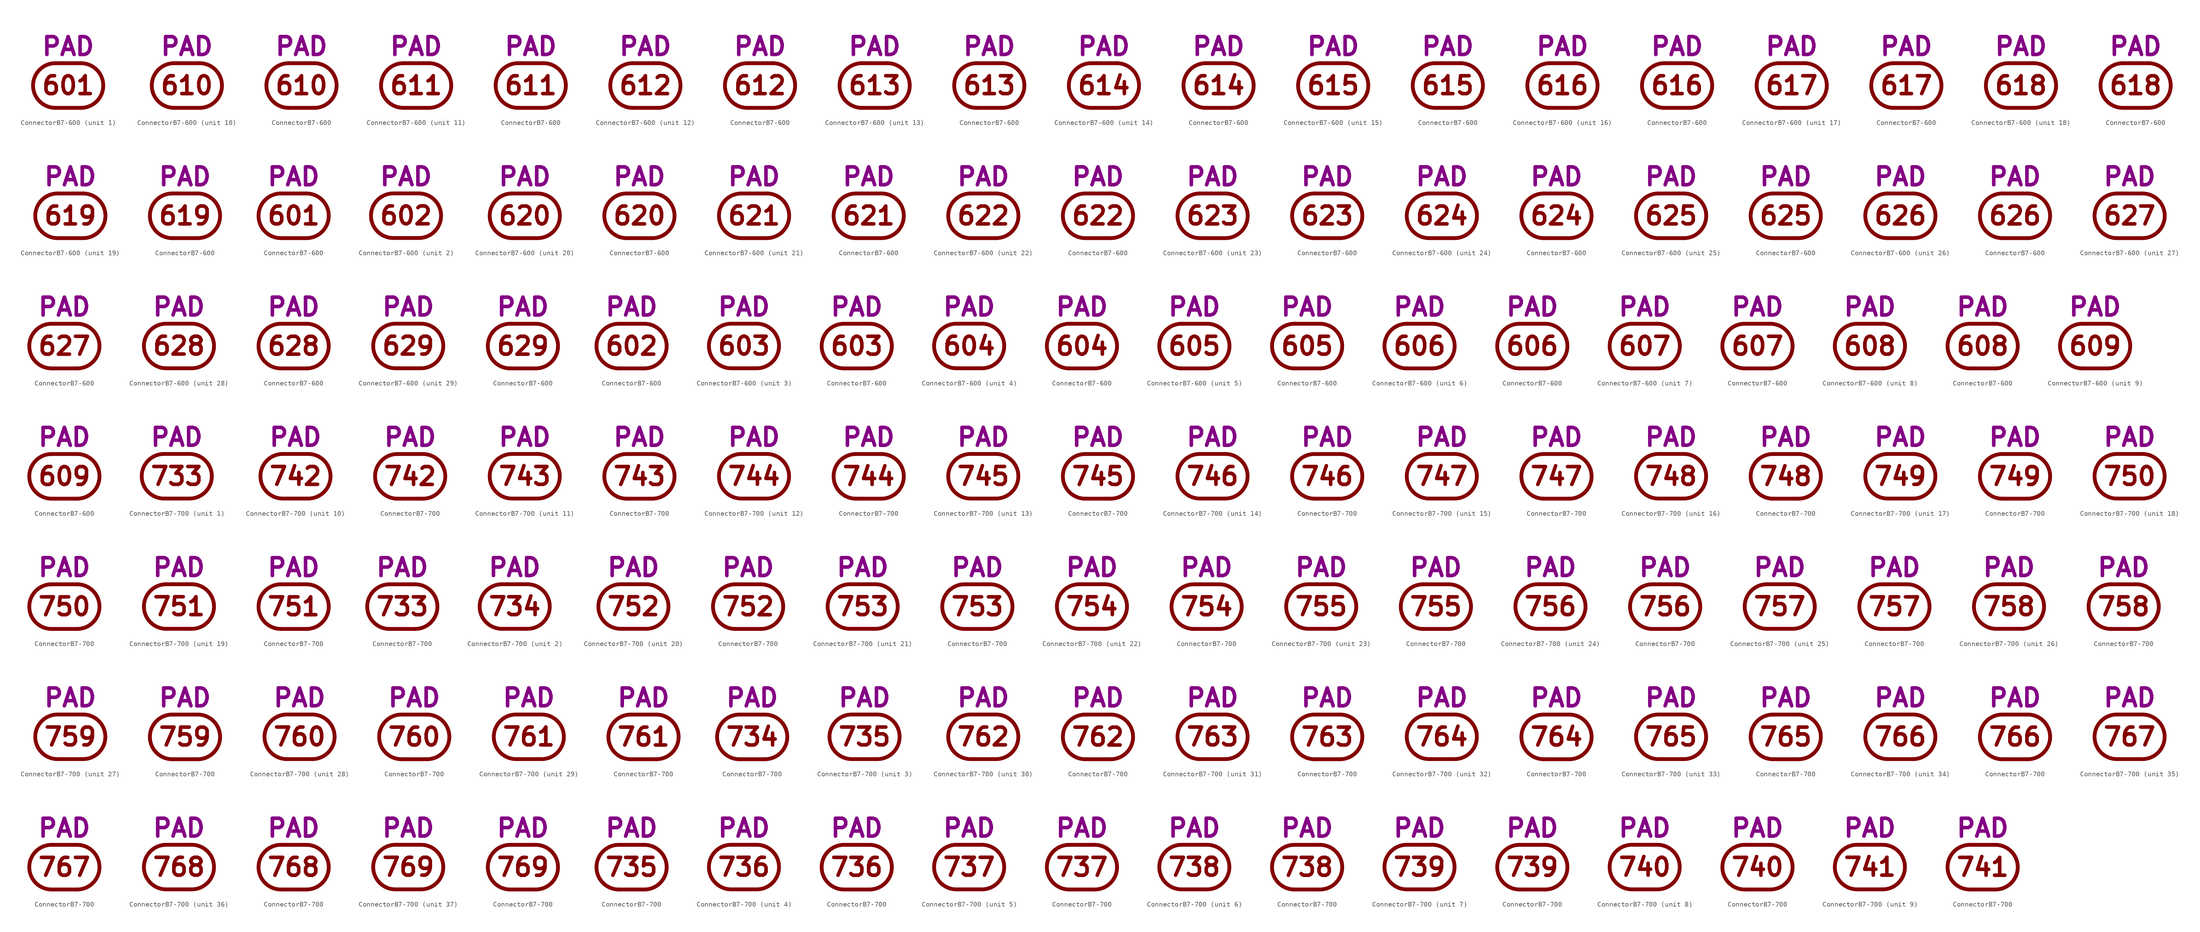
<source format=kicad_sym>
(kicad_symbol_lib
  (version 20211014)
  (generator kicad_symbol_editor)
  (symbol "ConnectorB7-600"
    (pin_numbers hide)
    (pin_names
      (offset 0) hide)
    (property "Reference" "J"
      (at 0 8.255 0)
      (effects (font (size 3.556 3.556)) hide))
    (property "Caption" "PAD"
      (at 0 5.715 0)
      (effects (font (size 3.556 3.556) bold) (justify bottom)))
    (property "ki_locked" ""
      (at 0 0 0)
      (effects (font (size 1.27 1.27))))
    (symbol "ConnectorB7-600_0_0"
      (arc (start -2.54 4.445) (mid -6.985 0) (end -2.54 -4.445) (stroke (width 0.762) (type default) (color 0 0 0 0)) (fill (type none)))
      (polyline (pts (xy -2.54 -4.445) (xy 2.54 -4.445)) (stroke (width 0.762) (type default) (color 0 0 0 0)) (fill (type none)))
      (polyline (pts (xy -2.54 4.445) (xy 2.54 4.445)) (stroke (width 0.762) (type default) (color 0 0 0 0)) (fill (type none)))
      (arc (start 2.54 -4.445) (mid 6.985 0) (end 2.54 4.445) (stroke (width 0.762) (type default) (color 0 0 0 0)) (fill (type none))))
    (symbol "ConnectorB7-600_1_0"
      (text "601" (at 0 0 0) (effects (font (size 3.556 3.556) bold))))
    (symbol "ConnectorB7-600_2_0"
      (text "602" (at 0 0 0) (effects (font (size 3.556 3.556) bold))))
    (symbol "ConnectorB7-600_2_1"
      (pin passive line (at 6.985 0 180) (length 0) (name "602" (effects (font (size 3.556 3.556)))) (number "602" (effects (font (size 3.556 3.556))))))
    (symbol "ConnectorB7-600_2_2"
      (pin passive line (at 0 4.445 270) (length 0) (name "602" (effects (font (size 3.556 3.556)))) (number "602" (effects (font (size 3.556 3.556))))))
    (symbol "ConnectorB7-600_3_0"
      (text "603" (at 0 0 0) (effects (font (size 3.556 3.556) bold))))
    (symbol "ConnectorB7-600_3_1"
      (pin passive line (at 6.985 0 180) (length 0) (name "603" (effects (font (size 3.556 3.556)))) (number "603" (effects (font (size 3.556 3.556))))))
    (symbol "ConnectorB7-600_3_2"
      (pin passive line (at 0 4.445 270) (length 0) (name "603" (effects (font (size 3.556 3.556)))) (number "603" (effects (font (size 3.556 3.556))))))
    (symbol "ConnectorB7-600_4_0"
      (text "604" (at 0 0 0) (effects (font (size 3.556 3.556) bold))))
    (symbol "ConnectorB7-600_4_1"
      (pin passive line (at 6.985 0 180) (length 0) (name "604" (effects (font (size 3.556 3.556)))) (number "604" (effects (font (size 3.556 3.556))))))
    (symbol "ConnectorB7-600_4_2"
      (pin passive line (at 0 4.445 270) (length 0) (name "604" (effects (font (size 3.556 3.556)))) (number "604" (effects (font (size 3.556 3.556))))))
    (symbol "ConnectorB7-600_5_0"
      (text "605" (at 0 0 0) (effects (font (size 3.556 3.556) bold))))
    (symbol "ConnectorB7-600_6_0"
      (text "606" (at 0 0 0) (effects (font (size 3.556 3.556) bold))))
    (symbol "ConnectorB7-600_7_0"
      (text "607" (at 0 0 0) (effects (font (size 3.556 3.556) bold))))
    (symbol "ConnectorB7-600_8_0"
      (text "608" (at 0 0 0) (effects (font (size 3.556 3.556) bold))))
    (symbol "ConnectorB7-600_9_0"
      (text "609" (at 0 0 0) (effects (font (size 3.556 3.556) bold))))
    (symbol "ConnectorB7-600_10_0"
      (text "610" (at 0 0 0) (effects (font (size 3.556 3.556) bold))))
    (symbol "ConnectorB7-600_11_0"
      (text "611" (at 0 0 0) (effects (font (size 3.556 3.556) bold))))
    (symbol "ConnectorB7-600_12_0"
      (text "612" (at 0 0 0) (effects (font (size 3.556 3.556) bold))))
    (symbol "ConnectorB7-600_13_0"
      (text "613" (at 0 0 0) (effects (font (size 3.556 3.556) bold))))
    (symbol "ConnectorB7-600_14_0"
      (text "614" (at 0 0 0) (effects (font (size 3.556 3.556) bold))))
    (symbol "ConnectorB7-600_15_0"
      (text "615" (at 0 0 0) (effects (font (size 3.556 3.556) bold))))
    (symbol "ConnectorB7-600_16_0"
      (text "616" (at 0 0 0) (effects (font (size 3.556 3.556) bold))))
    (symbol "ConnectorB7-600_17_0"
      (text "617" (at 0 0 0) (effects (font (size 3.556 3.556) bold))))
    (symbol "ConnectorB7-600_18_0"
      (text "618" (at 0 0 0) (effects (font (size 3.556 3.556) bold))))
    (symbol "ConnectorB7-600_19_0"
      (text "619" (at 0 0 0) (effects (font (size 3.556 3.556) bold))))
    (symbol "ConnectorB7-600_20_0"
      (text "620" (at 0 0 0) (effects (font (size 3.556 3.556) bold))))
    (symbol "ConnectorB7-600_21_0"
      (text "621" (at 0 0 0) (effects (font (size 3.556 3.556) bold))))
    (symbol "ConnectorB7-600_22_0"
      (text "622" (at 0 0 0) (effects (font (size 3.556 3.556) bold))))
    (symbol "ConnectorB7-600_23_0"
      (text "623" (at 0 0 0) (effects (font (size 3.556 3.556) bold))))
    (symbol "ConnectorB7-600_24_0"
      (text "624" (at 0 0 0) (effects (font (size 3.556 3.556) bold))))
    (symbol "ConnectorB7-600_25_0"
      (text "625" (at 0 0 0) (effects (font (size 3.556 3.556) bold))))
    (symbol "ConnectorB7-600_26_0"
      (text "626" (at 0 0 0) (effects (font (size 3.556 3.556) bold))))
    (symbol "ConnectorB7-600_27_0"
      (text "627" (at 0 0 0) (effects (font (size 3.556 3.556) bold))))
    (symbol "ConnectorB7-600_28_0"
      (text "628" (at 0 0 0) (effects (font (size 3.556 3.556) bold))))
    (symbol "ConnectorB7-600_28_1"
      (pin passive line (at 6.985 0 180) (length 0) (name "628" (effects (font (size 3.556 3.556)))) (number "628" (effects (font (size 3.556 3.556))))))
    (symbol "ConnectorB7-600_28_2"
      (pin passive line (at 0 4.445 270) (length 0) (name "628" (effects (font (size 3.556 3.556)))) (number "628" (effects (font (size 3.556 3.556))))))
    (symbol "ConnectorB7-600_29_0"
      (text "629" (at 0 0 0) (effects (font (size 3.556 3.556) bold))))
    (symbol "ConnectorB7-600_29_1"
      (pin passive line (at 6.985 0 180) (length 0) (name "629" (effects (font (size 3.556 3.556)))) (number "629" (effects (font (size 3.556 3.556))))))
    (symbol "ConnectorB7-600_29_2"
      (pin passive line (at 0 4.445 270) (length 0) (name "629" (effects (font (size 3.556 3.556)))) (number "629" (effects (font (size 3.556 3.556)))))))
  (symbol "ConnectorB7-700"
    (pin_numbers hide)
    (pin_names
      (offset 0) hide)
    (property "Reference" "J"
      (at 0 8.255 0)
      (effects (font (size 3.556 3.556)) hide))
    (property "Caption" "PAD"
      (at 0 5.715 0)
      (effects (font (size 3.556 3.556) bold) (justify bottom)))
    (property "ki_locked" ""
      (at 0 0 0)
      (effects (font (size 1.27 1.27))))
    (symbol "ConnectorB7-700_0_0"
      (arc (start -2.54 4.445) (mid -6.985 0) (end -2.54 -4.445) (stroke (width 0.762) (type default) (color 0 0 0 0)) (fill (type none)))
      (polyline (pts (xy -2.54 -4.445) (xy 2.54 -4.445)) (stroke (width 0.762) (type default) (color 0 0 0 0)) (fill (type none)))
      (polyline (pts (xy -2.54 4.445) (xy 2.54 4.445)) (stroke (width 0.762) (type default) (color 0 0 0 0)) (fill (type none)))
      (arc (start 2.54 -4.445) (mid 6.985 0) (end 2.54 4.445) (stroke (width 0.762) (type default) (color 0 0 0 0)) (fill (type none))))
    (symbol "ConnectorB7-700_1_0"
      (text "733" (at 0 0 0) (effects (font (size 3.556 3.556) bold))))
    (symbol "ConnectorB7-700_1_1"
      (pin passive line (at 6.985 0 180) (length 0) (name "733" (effects (font (size 3.556 3.556)))) (number "733" (effects (font (size 3.556 3.556))))))
    (symbol "ConnectorB7-700_1_2"
      (pin passive line (at 0 4.445 270) (length 0) (name "733" (effects (font (size 3.556 3.556)))) (number "733" (effects (font (size 3.556 3.556))))))
    (symbol "ConnectorB7-700_2_0"
      (text "734" (at 0 0 0) (effects (font (size 3.556 3.556) bold))))
    (symbol "ConnectorB7-700_2_1"
      (pin passive line (at 6.985 0 180) (length 0) (name "734" (effects (font (size 3.556 3.556)))) (number "734" (effects (font (size 3.556 3.556))))))
    (symbol "ConnectorB7-700_2_2"
      (pin passive line (at 0 4.445 270) (length 0) (name "734" (effects (font (size 3.556 3.556)))) (number "734" (effects (font (size 3.556 3.556))))))
    (symbol "ConnectorB7-700_3_0"
      (text "735" (at 0 0 0) (effects (font (size 3.556 3.556) bold))))
    (symbol "ConnectorB7-700_3_1"
      (pin passive line (at 6.985 0 180) (length 0) (name "735" (effects (font (size 3.556 3.556)))) (number "735" (effects (font (size 3.556 3.556))))))
    (symbol "ConnectorB7-700_3_2"
      (pin passive line (at 0 4.445 270) (length 0) (name "735" (effects (font (size 3.556 3.556)))) (number "735" (effects (font (size 3.556 3.556))))))
    (symbol "ConnectorB7-700_4_0"
      (text "736" (at 0 0 0) (effects (font (size 3.556 3.556) bold))))
    (symbol "ConnectorB7-700_4_1"
      (pin passive line (at 6.985 0 180) (length 0) (name "736" (effects (font (size 3.556 3.556)))) (number "736" (effects (font (size 3.556 3.556))))))
    (symbol "ConnectorB7-700_4_2"
      (pin passive line (at 0 4.445 270) (length 0) (name "736" (effects (font (size 3.556 3.556)))) (number "736" (effects (font (size 3.556 3.556))))))
    (symbol "ConnectorB7-700_5_0"
      (text "737" (at 0 0 0) (effects (font (size 3.556 3.556) bold))))
    (symbol "ConnectorB7-700_5_1"
      (pin passive line (at 6.985 0 180) (length 0) (name "737" (effects (font (size 3.556 3.556)))) (number "737" (effects (font (size 3.556 3.556))))))
    (symbol "ConnectorB7-700_5_2"
      (pin passive line (at 0 4.445 270) (length 0) (name "737" (effects (font (size 3.556 3.556)))) (number "737" (effects (font (size 3.556 3.556))))))
    (symbol "ConnectorB7-700_6_0"
      (text "738" (at 0 0 0) (effects (font (size 3.556 3.556) bold))))
    (symbol "ConnectorB7-700_6_1"
      (pin passive line (at 6.985 0 180) (length 0) (name "738" (effects (font (size 3.556 3.556)))) (number "738" (effects (font (size 3.556 3.556))))))
    (symbol "ConnectorB7-700_6_2"
      (pin passive line (at 0 4.445 270) (length 0) (name "738" (effects (font (size 3.556 3.556)))) (number "738" (effects (font (size 3.556 3.556))))))
    (symbol "ConnectorB7-700_7_0"
      (text "739" (at 0 0 0) (effects (font (size 3.556 3.556) bold))))
    (symbol "ConnectorB7-700_7_1"
      (pin passive line (at 6.985 0 180) (length 0) (name "739" (effects (font (size 3.556 3.556)))) (number "739" (effects (font (size 3.556 3.556))))))
    (symbol "ConnectorB7-700_7_2"
      (pin passive line (at 0 4.445 270) (length 0) (name "739" (effects (font (size 3.556 3.556)))) (number "739" (effects (font (size 3.556 3.556))))))
    (symbol "ConnectorB7-700_8_0"
      (text "740" (at 0 0 0) (effects (font (size 3.556 3.556) bold))))
    (symbol "ConnectorB7-700_8_1"
      (pin passive line (at 6.985 0 180) (length 0) (name "740" (effects (font (size 3.556 3.556)))) (number "740" (effects (font (size 3.556 3.556))))))
    (symbol "ConnectorB7-700_8_2"
      (pin passive line (at 0 4.445 270) (length 0) (name "740" (effects (font (size 3.556 3.556)))) (number "740" (effects (font (size 3.556 3.556))))))
    (symbol "ConnectorB7-700_9_0"
      (text "741" (at 0 0 0) (effects (font (size 3.556 3.556) bold))))
    (symbol "ConnectorB7-700_9_1"
      (pin passive line (at 6.985 0 180) (length 0) (name "741" (effects (font (size 3.556 3.556)))) (number "741" (effects (font (size 3.556 3.556))))))
    (symbol "ConnectorB7-700_9_2"
      (pin passive line (at 0 4.445 270) (length 0) (name "741" (effects (font (size 3.556 3.556)))) (number "741" (effects (font (size 3.556 3.556))))))
    (symbol "ConnectorB7-700_10_0"
      (text "742" (at 0 0 0) (effects (font (size 3.556 3.556) bold))))
    (symbol "ConnectorB7-700_10_1"
      (pin passive line (at 6.985 0 180) (length 0) (name "742" (effects (font (size 3.556 3.556)))) (number "742" (effects (font (size 3.556 3.556))))))
    (symbol "ConnectorB7-700_10_2"
      (pin passive line (at 0 4.445 270) (length 0) (name "742" (effects (font (size 3.556 3.556)))) (number "742" (effects (font (size 3.556 3.556))))))
    (symbol "ConnectorB7-700_11_0"
      (text "743" (at 0 0 0) (effects (font (size 3.556 3.556) bold))))
    (symbol "ConnectorB7-700_11_1"
      (pin passive line (at 6.985 0 180) (length 0) (name "743" (effects (font (size 3.556 3.556)))) (number "743" (effects (font (size 3.556 3.556))))))
    (symbol "ConnectorB7-700_11_2"
      (pin passive line (at 0 4.445 270) (length 0) (name "743" (effects (font (size 3.556 3.556)))) (number "743" (effects (font (size 3.556 3.556))))))
    (symbol "ConnectorB7-700_12_0"
      (text "744" (at 0 0 0) (effects (font (size 3.556 3.556) bold))))
    (symbol "ConnectorB7-700_12_1"
      (pin passive line (at 6.985 0 180) (length 0) (name "744" (effects (font (size 3.556 3.556)))) (number "744" (effects (font (size 3.556 3.556))))))
    (symbol "ConnectorB7-700_12_2"
      (pin passive line (at 0 4.445 270) (length 0) (name "744" (effects (font (size 3.556 3.556)))) (number "744" (effects (font (size 3.556 3.556))))))
    (symbol "ConnectorB7-700_13_0"
      (text "745" (at 0 0 0) (effects (font (size 3.556 3.556) bold))))
    (symbol "ConnectorB7-700_13_1"
      (pin passive line (at 6.985 0 180) (length 0) (name "745" (effects (font (size 3.556 3.556)))) (number "745" (effects (font (size 3.556 3.556))))))
    (symbol "ConnectorB7-700_13_2"
      (pin passive line (at 0 4.445 270) (length 0) (name "745" (effects (font (size 3.556 3.556)))) (number "745" (effects (font (size 3.556 3.556))))))
    (symbol "ConnectorB7-700_14_0"
      (text "746" (at 0 0 0) (effects (font (size 3.556 3.556) bold))))
    (symbol "ConnectorB7-700_14_1"
      (pin passive line (at 6.985 0 180) (length 0) (name "746" (effects (font (size 3.556 3.556)))) (number "746" (effects (font (size 3.556 3.556))))))
    (symbol "ConnectorB7-700_14_2"
      (pin passive line (at 0 4.445 270) (length 0) (name "746" (effects (font (size 3.556 3.556)))) (number "746" (effects (font (size 3.556 3.556))))))
    (symbol "ConnectorB7-700_15_0"
      (text "747" (at 0 0 0) (effects (font (size 3.556 3.556) bold))))
    (symbol "ConnectorB7-700_15_1"
      (pin passive line (at 6.985 0 180) (length 0) (name "747" (effects (font (size 3.556 3.556)))) (number "747" (effects (font (size 3.556 3.556))))))
    (symbol "ConnectorB7-700_15_2"
      (pin passive line (at 0 4.445 270) (length 0) (name "747" (effects (font (size 3.556 3.556)))) (number "747" (effects (font (size 3.556 3.556))))))
    (symbol "ConnectorB7-700_16_0"
      (text "748" (at 0 0 0) (effects (font (size 3.556 3.556) bold))))
    (symbol "ConnectorB7-700_16_1"
      (pin passive line (at 6.985 0 180) (length 0) (name "748" (effects (font (size 3.556 3.556)))) (number "748" (effects (font (size 3.556 3.556))))))
    (symbol "ConnectorB7-700_16_2"
      (pin passive line (at 0 4.445 270) (length 0) (name "748" (effects (font (size 3.556 3.556)))) (number "748" (effects (font (size 3.556 3.556))))))
    (symbol "ConnectorB7-700_17_0"
      (text "749" (at 0 0 0) (effects (font (size 3.556 3.556) bold))))
    (symbol "ConnectorB7-700_17_1"
      (pin passive line (at 6.985 0 180) (length 0) (name "749" (effects (font (size 3.556 3.556)))) (number "749" (effects (font (size 3.556 3.556))))))
    (symbol "ConnectorB7-700_17_2"
      (pin passive line (at 0 4.445 270) (length 0) (name "749" (effects (font (size 3.556 3.556)))) (number "749" (effects (font (size 3.556 3.556))))))
    (symbol "ConnectorB7-700_18_0"
      (text "750" (at 0 0 0) (effects (font (size 3.556 3.556) bold))))
    (symbol "ConnectorB7-700_18_1"
      (pin passive line (at 6.985 0 180) (length 0) (name "750" (effects (font (size 3.556 3.556)))) (number "750" (effects (font (size 3.556 3.556))))))
    (symbol "ConnectorB7-700_18_2"
      (pin passive line (at 0 4.445 270) (length 0) (name "750" (effects (font (size 3.556 3.556)))) (number "750" (effects (font (size 3.556 3.556))))))
    (symbol "ConnectorB7-700_19_0"
      (text "751" (at 0 0 0) (effects (font (size 3.556 3.556) bold))))
    (symbol "ConnectorB7-700_19_1"
      (pin passive line (at 6.985 0 180) (length 0) (name "751" (effects (font (size 3.556 3.556)))) (number "751" (effects (font (size 3.556 3.556))))))
    (symbol "ConnectorB7-700_19_2"
      (pin passive line (at 0 4.445 270) (length 0) (name "751" (effects (font (size 3.556 3.556)))) (number "751" (effects (font (size 3.556 3.556))))))
    (symbol "ConnectorB7-700_20_0"
      (text "752" (at 0 0 0) (effects (font (size 3.556 3.556) bold))))
    (symbol "ConnectorB7-700_20_1"
      (pin passive line (at 6.985 0 180) (length 0) (name "752" (effects (font (size 3.556 3.556)))) (number "752" (effects (font (size 3.556 3.556))))))
    (symbol "ConnectorB7-700_20_2"
      (pin passive line (at 0 4.445 270) (length 0) (name "752" (effects (font (size 3.556 3.556)))) (number "752" (effects (font (size 3.556 3.556))))))
    (symbol "ConnectorB7-700_21_0"
      (text "753" (at 0 0 0) (effects (font (size 3.556 3.556) bold))))
    (symbol "ConnectorB7-700_21_1"
      (pin passive line (at 6.985 0 180) (length 0) (name "753" (effects (font (size 3.556 3.556)))) (number "753" (effects (font (size 3.556 3.556))))))
    (symbol "ConnectorB7-700_21_2"
      (pin passive line (at 0 4.445 270) (length 0) (name "753" (effects (font (size 3.556 3.556)))) (number "753" (effects (font (size 3.556 3.556))))))
    (symbol "ConnectorB7-700_22_0"
      (text "754" (at 0 0 0) (effects (font (size 3.556 3.556) bold))))
    (symbol "ConnectorB7-700_22_1"
      (pin passive line (at 6.985 0 180) (length 0) (name "754" (effects (font (size 3.556 3.556)))) (number "754" (effects (font (size 3.556 3.556))))))
    (symbol "ConnectorB7-700_22_2"
      (pin passive line (at 0 4.445 270) (length 0) (name "754" (effects (font (size 3.556 3.556)))) (number "754" (effects (font (size 3.556 3.556))))))
    (symbol "ConnectorB7-700_23_0"
      (text "755" (at 0 0 0) (effects (font (size 3.556 3.556) bold))))
    (symbol "ConnectorB7-700_23_1"
      (pin passive line (at 6.985 0 180) (length 0) (name "755" (effects (font (size 3.556 3.556)))) (number "755" (effects (font (size 3.556 3.556))))))
    (symbol "ConnectorB7-700_23_2"
      (pin passive line (at 0 4.445 270) (length 0) (name "755" (effects (font (size 3.556 3.556)))) (number "755" (effects (font (size 3.556 3.556))))))
    (symbol "ConnectorB7-700_24_0"
      (text "756" (at 0 0 0) (effects (font (size 3.556 3.556) bold))))
    (symbol "ConnectorB7-700_24_1"
      (pin passive line (at 6.985 0 180) (length 0) (name "756" (effects (font (size 3.556 3.556)))) (number "756" (effects (font (size 3.556 3.556))))))
    (symbol "ConnectorB7-700_24_2"
      (pin passive line (at 0 4.445 270) (length 0) (name "756" (effects (font (size 3.556 3.556)))) (number "756" (effects (font (size 3.556 3.556))))))
    (symbol "ConnectorB7-700_25_0"
      (text "757" (at 0 0 0) (effects (font (size 3.556 3.556) bold))))
    (symbol "ConnectorB7-700_25_1"
      (pin passive line (at 6.985 0 180) (length 0) (name "757" (effects (font (size 3.556 3.556)))) (number "757" (effects (font (size 3.556 3.556))))))
    (symbol "ConnectorB7-700_25_2"
      (pin passive line (at 0 4.445 270) (length 0) (name "757" (effects (font (size 3.556 3.556)))) (number "757" (effects (font (size 3.556 3.556))))))
    (symbol "ConnectorB7-700_26_0"
      (text "758" (at 0 0 0) (effects (font (size 3.556 3.556) bold))))
    (symbol "ConnectorB7-700_26_1"
      (pin passive line (at 6.985 0 180) (length 0) (name "758" (effects (font (size 3.556 3.556)))) (number "758" (effects (font (size 3.556 3.556))))))
    (symbol "ConnectorB7-700_26_2"
      (pin passive line (at 0 4.445 270) (length 0) (name "758" (effects (font (size 3.556 3.556)))) (number "758" (effects (font (size 3.556 3.556))))))
    (symbol "ConnectorB7-700_27_0"
      (text "759" (at 0 0 0) (effects (font (size 3.556 3.556) bold))))
    (symbol "ConnectorB7-700_27_1"
      (pin passive line (at 6.985 0 180) (length 0) (name "759" (effects (font (size 3.556 3.556)))) (number "759" (effects (font (size 3.556 3.556))))))
    (symbol "ConnectorB7-700_27_2"
      (pin passive line (at 0 4.445 270) (length 0) (name "759" (effects (font (size 3.556 3.556)))) (number "759" (effects (font (size 3.556 3.556))))))
    (symbol "ConnectorB7-700_28_0"
      (text "760" (at 0 0 0) (effects (font (size 3.556 3.556) bold))))
    (symbol "ConnectorB7-700_28_1"
      (pin passive line (at 6.985 0 180) (length 0) (name "760" (effects (font (size 3.556 3.556)))) (number "760" (effects (font (size 3.556 3.556))))))
    (symbol "ConnectorB7-700_28_2"
      (pin passive line (at 0 4.445 270) (length 0) (name "760" (effects (font (size 3.556 3.556)))) (number "760" (effects (font (size 3.556 3.556))))))
    (symbol "ConnectorB7-700_29_0"
      (text "761" (at 0 0 0) (effects (font (size 3.556 3.556) bold))))
    (symbol "ConnectorB7-700_29_1"
      (pin passive line (at 6.985 0 180) (length 0) (name "761" (effects (font (size 3.556 3.556)))) (number "761" (effects (font (size 3.556 3.556))))))
    (symbol "ConnectorB7-700_29_2"
      (pin passive line (at 0 4.445 270) (length 0) (name "761" (effects (font (size 3.556 3.556)))) (number "761" (effects (font (size 3.556 3.556))))))
    (symbol "ConnectorB7-700_30_0"
      (text "762" (at 0 0 0) (effects (font (size 3.556 3.556) bold))))
    (symbol "ConnectorB7-700_30_1"
      (pin passive line (at 6.985 0 180) (length 0) (name "762" (effects (font (size 3.556 3.556)))) (number "762" (effects (font (size 3.556 3.556))))))
    (symbol "ConnectorB7-700_30_2"
      (pin passive line (at 0 4.445 270) (length 0) (name "762" (effects (font (size 3.556 3.556)))) (number "762" (effects (font (size 3.556 3.556))))))
    (symbol "ConnectorB7-700_31_0"
      (text "763" (at 0 0 0) (effects (font (size 3.556 3.556) bold))))
    (symbol "ConnectorB7-700_31_1"
      (pin passive line (at 6.985 0 180) (length 0) (name "763" (effects (font (size 3.556 3.556)))) (number "763" (effects (font (size 3.556 3.556))))))
    (symbol "ConnectorB7-700_31_2"
      (pin passive line (at 0 4.445 270) (length 0) (name "763" (effects (font (size 3.556 3.556)))) (number "763" (effects (font (size 3.556 3.556))))))
    (symbol "ConnectorB7-700_32_0"
      (text "764" (at 0 0 0) (effects (font (size 3.556 3.556) bold))))
    (symbol "ConnectorB7-700_32_1"
      (pin passive line (at 6.985 0 180) (length 0) (name "764" (effects (font (size 3.556 3.556)))) (number "764" (effects (font (size 3.556 3.556))))))
    (symbol "ConnectorB7-700_32_2"
      (pin passive line (at 0 4.445 270) (length 0) (name "764" (effects (font (size 3.556 3.556)))) (number "764" (effects (font (size 3.556 3.556))))))
    (symbol "ConnectorB7-700_33_0"
      (text "765" (at 0 0 0) (effects (font (size 3.556 3.556) bold))))
    (symbol "ConnectorB7-700_33_1"
      (pin passive line (at 6.985 0 180) (length 0) (name "765" (effects (font (size 3.556 3.556)))) (number "765" (effects (font (size 3.556 3.556))))))
    (symbol "ConnectorB7-700_33_2"
      (pin passive line (at 0 4.445 270) (length 0) (name "765" (effects (font (size 3.556 3.556)))) (number "765" (effects (font (size 3.556 3.556))))))
    (symbol "ConnectorB7-700_34_0"
      (text "766" (at 0 0 0) (effects (font (size 3.556 3.556) bold))))
    (symbol "ConnectorB7-700_34_1"
      (pin passive line (at 6.985 0 180) (length 0) (name "766" (effects (font (size 3.556 3.556)))) (number "766" (effects (font (size 3.556 3.556))))))
    (symbol "ConnectorB7-700_34_2"
      (pin passive line (at 0 4.445 270) (length 0) (name "766" (effects (font (size 3.556 3.556)))) (number "766" (effects (font (size 3.556 3.556))))))
    (symbol "ConnectorB7-700_35_0"
      (text "767" (at 0 0 0) (effects (font (size 3.556 3.556) bold))))
    (symbol "ConnectorB7-700_35_1"
      (pin passive line (at 6.985 0 180) (length 0) (name "767" (effects (font (size 3.556 3.556)))) (number "767" (effects (font (size 3.556 3.556))))))
    (symbol "ConnectorB7-700_35_2"
      (pin passive line (at 0 4.445 270) (length 0) (name "767" (effects (font (size 3.556 3.556)))) (number "767" (effects (font (size 3.556 3.556))))))
    (symbol "ConnectorB7-700_36_0"
      (text "768" (at 0 0 0) (effects (font (size 3.556 3.556) bold))))
    (symbol "ConnectorB7-700_36_1"
      (pin passive line (at 6.985 0 180) (length 0) (name "768" (effects (font (size 3.556 3.556)))) (number "768" (effects (font (size 3.556 3.556))))))
    (symbol "ConnectorB7-700_36_2"
      (pin passive line (at 0 4.445 270) (length 0) (name "768" (effects (font (size 3.556 3.556)))) (number "768" (effects (font (size 3.556 3.556))))))
    (symbol "ConnectorB7-700_37_0"
      (text "769" (at 0 0 0) (effects (font (size 3.556 3.556) bold))))
    (symbol "ConnectorB7-700_37_1"
      (pin passive line (at 6.985 0 180) (length 0) (name "769" (effects (font (size 3.556 3.556)))) (number "769" (effects (font (size 3.556 3.556))))))
    (symbol "ConnectorB7-700_37_2"
      (pin passive line (at 0 4.445 270) (length 0) (name "769" (effects (font (size 3.556 3.556)))) (number "769" (effects (font (size 3.556 3.556))))))))
</source>
